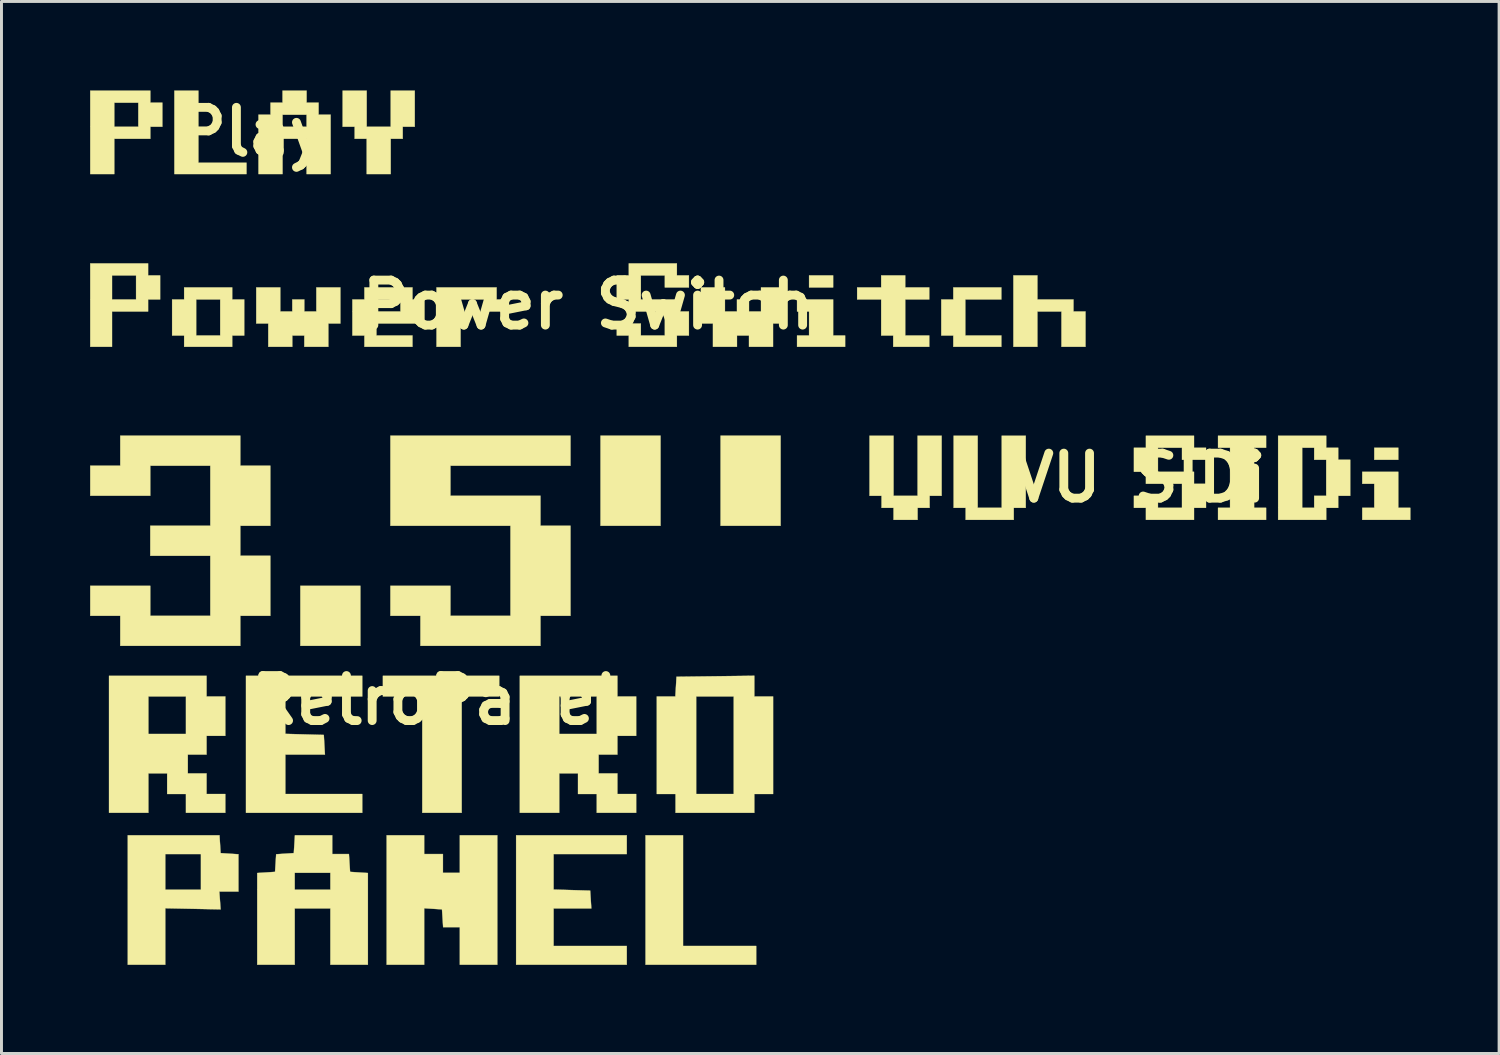
<source format=kicad_pcb>
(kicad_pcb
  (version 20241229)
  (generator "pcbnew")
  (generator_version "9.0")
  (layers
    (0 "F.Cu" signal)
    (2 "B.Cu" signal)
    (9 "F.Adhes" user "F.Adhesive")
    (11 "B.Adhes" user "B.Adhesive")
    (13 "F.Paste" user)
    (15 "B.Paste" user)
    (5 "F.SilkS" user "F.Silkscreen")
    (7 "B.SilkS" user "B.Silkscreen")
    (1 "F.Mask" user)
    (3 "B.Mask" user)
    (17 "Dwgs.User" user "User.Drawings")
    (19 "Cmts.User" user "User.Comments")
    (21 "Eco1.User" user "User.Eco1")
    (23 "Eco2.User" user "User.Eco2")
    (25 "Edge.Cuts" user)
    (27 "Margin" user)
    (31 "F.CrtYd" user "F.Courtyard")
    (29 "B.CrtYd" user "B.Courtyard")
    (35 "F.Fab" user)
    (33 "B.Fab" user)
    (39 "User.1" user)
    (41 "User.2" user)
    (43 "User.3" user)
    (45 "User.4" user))
  (footprint "VU SIDi"
    (layer "F.Cu")
    (at 35.536 13.123)
    (property "Reference" "VU SIDi" (at 0 0 0) (layer "F.SilkS") (effects (font (size 1.524 1.524) (thickness 0.3))))
    (attr through_hole)
    (fp_poly (pts (xy 8.746 -0.61) (xy 7.933 -0.61) (xy 7.933 -1.017) (xy 8.746 -1.017) (xy 8.746 -0.61)) (stroke (width 0.01) (type solid)) (fill yes) (layer "F.SilkS"))
    (fp_poly (pts (xy 8.746 1.017) (xy 9.153 1.017) (xy 9.153 1.424) (xy 7.526 1.424) (xy 7.526 1.017) (xy 7.933 1.017) (xy 7.933 0.203) (xy 7.526 0.203) (xy 7.526 -0.203) (xy 8.746 -0.203) (xy 8.746 1.017)) (stroke (width 0.01) (type solid)) (fill yes) (layer "F.SilkS"))
    (fp_poly (pts (xy -5.492 1.017) (xy -4.678 1.017) (xy -4.678 -1.424) (xy -3.865 -1.424) (xy -3.865 1.017) (xy -4.271 1.017) (xy -4.271 1.424) (xy -5.899 1.424) (xy -5.899 1.017) (xy -6.306 1.017) (xy -6.306 -1.424) (xy -5.492 -1.424) (xy -5.492 1.017)) (stroke (width 0.01) (type solid)) (fill yes) (layer "F.SilkS"))
    (fp_poly (pts (xy 4.271 -1.017) (xy 3.865 -1.017) (xy 3.865 1.017) (xy 4.271 1.017) (xy 4.271 1.424) (xy 2.644 1.424) (xy 2.644 1.017) (xy 3.051 1.017) (xy 3.051 -1.017) (xy 2.644 -1.017) (xy 2.644 -1.424) (xy 4.271 -1.424) (xy 4.271 -1.017)) (stroke (width 0.01) (type solid)) (fill yes) (layer "F.SilkS"))
    (fp_poly (pts (xy -8.34 0.61) (xy -7.526 0.61) (xy -7.526 -1.424) (xy -6.712 -1.424) (xy -6.712 0.61) (xy -7.119 0.61) (xy -7.119 1.017) (xy -7.526 1.017) (xy -7.526 1.424) (xy -8.34 1.424) (xy -8.34 1.017) (xy -8.746 1.017) (xy -8.746 0.61) (xy -9.153 0.61) (xy -9.153 -1.424) (xy -8.34 -1.424) (xy -8.34 0.61)) (stroke (width 0.01) (type solid)) (fill yes) (layer "F.SilkS"))
    (fp_poly (pts (xy 6.306 -1.017) (xy 6.712 -1.017) (xy 6.712 -0.61) (xy 7.119 -0.61) (xy 7.119 0.61) (xy 6.712 0.61) (xy 6.712 1.017) (xy 6.306 1.017) (xy 6.306 1.424) (xy 4.678 1.424) (xy 4.678 -1.017) (xy 5.492 -1.017) (xy 5.492 1.017) (xy 5.899 1.017) (xy 5.899 0.61) (xy 6.306 0.61) (xy 6.306 -0.61) (xy 5.899 -0.61) (xy 5.899 -1.017) (xy 5.492 -1.017) (xy 4.678 -1.017) (xy 4.678 -1.424) (xy 6.306 -1.424) (xy 6.306 -1.017)) (stroke (width 0.01) (type solid)) (fill yes) (layer "F.SilkS"))
    (fp_poly (pts (xy 1.831 -1.017) (xy 2.237 -1.017) (xy 2.237 -0.61) (xy 1.424 -0.61) (xy 1.424 -1.017) (xy 0.61 -1.017) (xy 0.61 -0.203) (xy 1.831 -0.203) (xy 1.831 0.203) (xy 2.237 0.203) (xy 2.237 1.017) (xy 1.831 1.017) (xy 1.831 1.424) (xy 0.203 1.424) (xy 0.203 1.017) (xy -0.203 1.017) (xy -0.203 0.61) (xy 0.61 0.61) (xy 0.61 1.017) (xy 1.424 1.017) (xy 1.424 0.203) (xy 0.203 0.203) (xy 0.203 -0.203) (xy -0.203 -0.203) (xy -0.203 -1.017) (xy 0.203 -1.017) (xy 0.203 -1.424) (xy 1.831 -1.424) (xy 1.831 -1.017)) (stroke (width 0.01) (type solid)) (fill yes) (layer "F.SilkS")))
  (footprint "Play"
    (layer "F.Cu")
    (at 5.497 1.418)
    (property "Reference" "Play" (at 0 0 0) (layer "F.SilkS") (effects (font (size 1.524 1.524) (thickness 0.3))))
    (attr through_hole)
    (fp_poly (pts (xy -1.831 1.042) (xy -0.203 1.042) (xy -0.203 1.424) (xy -2.644 1.424) (xy -2.644 -1.398) (xy -1.831 -1.398) (xy -1.831 1.042)) (stroke (width 0.01) (type solid)) (fill yes) (layer "F.SilkS"))
    (fp_poly (pts (xy 3.865 -0.178) (xy 4.678 -0.178) (xy 4.678 -1.398) (xy 5.492 -1.398) (xy 5.492 -0.178) (xy 5.085 -0.178) (xy 5.085 0.229) (xy 4.678 0.229) (xy 4.678 1.424) (xy 3.865 1.424) (xy 3.865 0.229) (xy 3.458 0.229) (xy 3.458 -0.178) (xy 3.051 -0.178) (xy 3.051 -1.398) (xy 3.865 -1.398) (xy 3.865 -0.178)) (stroke (width 0.01) (type solid)) (fill yes) (layer "F.SilkS"))
    (fp_poly (pts (xy -3.458 -0.992) (xy -3.051 -0.992) (xy -3.051 -0.178) (xy -3.458 -0.178) (xy -3.458 0.229) (xy -4.678 0.229) (xy -4.678 1.424) (xy -5.492 1.424) (xy -5.492 -0.992) (xy -4.678 -0.992) (xy -4.678 -0.178) (xy -3.865 -0.178) (xy -3.865 -0.992) (xy -4.678 -0.992) (xy -5.492 -0.992) (xy -5.492 -1.398) (xy -3.458 -1.398) (xy -3.458 -0.992)) (stroke (width 0.01) (type solid)) (fill yes) (layer "F.SilkS"))
    (fp_poly (pts (xy 1.831 -0.992) (xy 2.237 -0.992) (xy 2.237 -0.585) (xy 2.644 -0.585) (xy 2.644 1.424) (xy 1.831 1.424) (xy 1.831 0.229) (xy 1.017 0.229) (xy 1.017 1.424) (xy 0.203 1.424) (xy 0.203 -0.585) (xy 0.61 -0.585) (xy 1.017 -0.585) (xy 1.017 -0.178) (xy 1.831 -0.178) (xy 1.831 -0.585) (xy 1.017 -0.585) (xy 0.61 -0.585) (xy 0.61 -0.992) (xy 1.017 -0.992) (xy 1.017 -1.398) (xy 1.831 -1.398) (xy 1.831 -0.992)) (stroke (width 0.01) (type solid)) (fill yes) (layer "F.SilkS")))
  (footprint "RetroPanel"
    (layer "F.Cu")
    (at 11.689 20.652)
    (property "Reference" "RetroPanel" (at 0 0 0) (layer "F.SilkS") (effects (font (size 1.524 1.524) (thickness 0.3))))
    (attr through_hole)
    (fp_poly (pts (xy -2.54 -1.841) (xy -4.572 -1.841) (xy -4.572 -3.873) (xy -2.54 -3.873) (xy -2.54 -1.841)) (stroke (width 0.01) (type solid)) (fill yes) (layer "F.SilkS"))
    (fp_poly (pts (xy 7.62 -5.905) (xy 5.588 -5.905) (xy 5.588 -8.954) (xy 7.62 -8.954) (xy 7.62 -5.905)) (stroke (width 0.01) (type solid)) (fill yes) (layer "F.SilkS"))
    (fp_poly (pts (xy 11.684 -5.905) (xy 9.652 -5.905) (xy 9.652 -8.954) (xy 11.684 -8.954) (xy 11.684 -5.905)) (stroke (width 0.01) (type solid)) (fill yes) (layer "F.SilkS"))
    (fp_poly (pts (xy 8.382 8.319) (xy 10.858 8.319) (xy 10.858 8.954) (xy 7.112 8.954) (xy 7.112 4.572) (xy 8.382 4.572) (xy 8.382 8.319)) (stroke (width 0.01) (type solid)) (fill yes) (layer "F.SilkS"))
    (fp_poly (pts (xy 2.159 -0.127) (xy 0.889 -0.127) (xy 0.889 3.81) (xy -0.445 3.81) (xy -0.445 -0.127) (xy -1.778 -0.127) (xy -1.778 -0.826) (xy 2.159 -0.826) (xy 2.159 -0.127)) (stroke (width 0.01) (type solid)) (fill yes) (layer "F.SilkS"))
    (fp_poly (pts (xy -2.477 -0.127) (xy -5.08 -0.127) (xy -5.08 1.139) (xy -4.429 1.157) (xy -3.778 1.175) (xy -3.74 1.841) (xy -5.08 1.841) (xy -5.08 3.175) (xy -2.477 3.175) (xy -2.477 3.81) (xy -6.413 3.81) (xy -6.413 -0.826) (xy -2.477 -0.826) (xy -2.477 -0.127)) (stroke (width 0.01) (type solid)) (fill yes) (layer "F.SilkS"))
    (fp_poly (pts (xy 6.477 5.207) (xy 4 5.207) (xy 4 6.409) (xy 4.62 6.427) (xy 5.239 6.445) (xy 5.277 7.048) (xy 4 7.048) (xy 4 8.319) (xy 6.477 8.319) (xy 6.477 8.954) (xy 2.731 8.954) (xy 2.731 4.572) (xy 6.477 4.572) (xy 6.477 5.207)) (stroke (width 0.01) (type solid)) (fill yes) (layer "F.SilkS"))
    (fp_poly (pts (xy -0.381 5.207) (xy 0.254 5.207) (xy 0.254 5.842) (xy 0.826 5.842) (xy 0.826 4.572) (xy 2.095 4.572) (xy 2.095 8.954) (xy 0.826 8.954) (xy 0.826 7.684) (xy 0.261 7.684) (xy 0.222 7.08) (xy -0.079 7.061) (xy -0.381 7.042) (xy -0.381 8.954) (xy -1.651 8.954) (xy -1.651 4.572) (xy -0.381 4.572) (xy -0.381 5.207)) (stroke (width 0.01) (type solid)) (fill yes) (layer "F.SilkS"))
    (fp_poly (pts (xy -7.29 4.874) (xy -7.271 5.175) (xy -6.668 5.214) (xy -6.668 6.477) (xy -7.315 6.477) (xy -7.271 7.08) (xy -9.144 7.042) (xy -9.144 8.954) (xy -10.414 8.954) (xy -10.414 5.207) (xy -9.144 5.207) (xy -9.144 6.413) (xy -7.938 6.413) (xy -7.938 5.207) (xy -9.144 5.207) (xy -10.414 5.207) (xy -10.414 4.572) (xy -7.309 4.572) (xy -7.29 4.874)) (stroke (width 0.01) (type solid)) (fill yes) (layer "F.SilkS"))
    (fp_poly (pts (xy 4.572 -7.938) (xy 0.508 -7.938) (xy 0.508 -6.921) (xy 3.556 -6.921) (xy 3.556 -5.905) (xy 4.572 -5.905) (xy 4.572 -2.857) (xy 3.556 -2.857) (xy 3.556 -1.841) (xy -0.508 -1.841) (xy -0.508 -2.857) (xy -1.524 -2.857) (xy -1.524 -3.873) (xy 0.508 -3.873) (xy 0.508 -2.857) (xy 2.54 -2.857) (xy 2.54 -5.905) (xy -1.524 -5.905) (xy -1.524 -8.954) (xy 4.572 -8.954) (xy 4.572 -7.938)) (stroke (width 0.01) (type solid)) (fill yes) (layer "F.SilkS"))
    (fp_poly (pts (xy 10.795 -0.127) (xy 11.43 -0.127) (xy 11.43 3.175) (xy 10.795 3.175) (xy 10.795 3.81) (xy 8.128 3.81) (xy 8.128 3.175) (xy 7.493 3.175) (xy 7.493 -0.127) (xy 8.121 -0.127) (xy 8.826 -0.127) (xy 8.826 3.175) (xy 10.097 3.175) (xy 10.097 -0.127) (xy 8.826 -0.127) (xy 8.121 -0.127) (xy 8.141 -0.46) (xy 8.16 -0.794) (xy 9.477 -0.811) (xy 10.795 -0.828) (xy 10.795 -0.127)) (stroke (width 0.01) (type solid)) (fill yes) (layer "F.SilkS"))
    (fp_poly (pts (xy -3.493 5.207) (xy -2.928 5.207) (xy -2.909 5.509) (xy -2.889 5.81) (xy -2.286 5.849) (xy -2.286 8.954) (xy -3.556 8.954) (xy -3.556 7.048) (xy -4.763 7.048) (xy -4.763 8.954) (xy -6.032 8.954) (xy -6.032 5.849) (xy -5.924 5.842) (xy -4.763 5.842) (xy -4.763 6.413) (xy -3.556 6.413) (xy -3.556 5.842) (xy -4.763 5.842) (xy -5.924 5.842) (xy -5.429 5.81) (xy -5.41 5.512) (xy -5.391 5.214) (xy -5.093 5.194) (xy -4.794 5.175) (xy -4.756 4.572) (xy -3.493 4.572) (xy -3.493 5.207)) (stroke (width 0.01) (type solid)) (fill yes) (layer "F.SilkS"))
    (fp_poly (pts (xy -7.747 -0.127) (xy -7.112 -0.127) (xy -7.112 1.206) (xy -7.747 1.206) (xy -7.747 1.841) (xy -8.382 1.841) (xy -8.382 2.477) (xy -7.747 2.477) (xy -7.747 3.175) (xy -7.112 3.175) (xy -7.112 3.81) (xy -8.445 3.81) (xy -8.445 3.175) (xy -9.081 3.175) (xy -9.081 2.477) (xy -9.716 2.477) (xy -9.716 3.81) (xy -11.049 3.81) (xy -11.049 -0.127) (xy -9.716 -0.127) (xy -9.716 1.143) (xy -8.445 1.143) (xy -8.445 -0.127) (xy -9.716 -0.127) (xy -11.049 -0.127) (xy -11.049 -0.826) (xy -7.747 -0.826) (xy -7.747 -0.127)) (stroke (width 0.01) (type solid)) (fill yes) (layer "F.SilkS"))
    (fp_poly (pts (xy 6.16 -0.127) (xy 6.795 -0.127) (xy 6.795 1.206) (xy 6.16 1.206) (xy 6.16 1.841) (xy 5.524 1.841) (xy 5.524 2.477) (xy 6.16 2.477) (xy 6.16 3.175) (xy 6.795 3.175) (xy 6.795 3.81) (xy 5.461 3.81) (xy 5.461 3.175) (xy 4.826 3.175) (xy 4.826 2.477) (xy 4.191 2.477) (xy 4.191 3.81) (xy 2.857 3.81) (xy 2.857 -0.127) (xy 4.191 -0.127) (xy 4.191 1.143) (xy 5.461 1.143) (xy 5.461 -0.127) (xy 4.191 -0.127) (xy 2.857 -0.127) (xy 2.857 -0.826) (xy 6.16 -0.826) (xy 6.16 -0.127)) (stroke (width 0.01) (type solid)) (fill yes) (layer "F.SilkS"))
    (fp_poly (pts (xy -6.604 -7.938) (xy -5.588 -7.938) (xy -5.588 -5.905) (xy -6.604 -5.905) (xy -6.604 -4.889) (xy -5.588 -4.889) (xy -5.588 -2.857) (xy -6.604 -2.857) (xy -6.604 -1.841) (xy -10.668 -1.841) (xy -10.668 -2.857) (xy -11.684 -2.857) (xy -11.684 -3.873) (xy -9.652 -3.873) (xy -9.652 -2.857) (xy -7.62 -2.857) (xy -7.62 -4.889) (xy -9.652 -4.889) (xy -9.652 -5.905) (xy -7.62 -5.905) (xy -7.62 -7.938) (xy -9.652 -7.938) (xy -9.652 -6.921) (xy -11.684 -6.921) (xy -11.684 -7.938) (xy -10.668 -7.938) (xy -10.668 -8.954) (xy -6.604 -8.954) (xy -6.604 -7.938)) (stroke (width 0.01) (type solid)) (fill yes) (layer "F.SilkS")))
  (footprint "Power Switch"
    (layer "F.Cu")
    (at 16.862 7.265)
    (property "Reference" "Power Switch" (at 0 0 0) (layer "F.SilkS") (effects (font (size 1.524 1.524) (thickness 0.3))))
    (attr through_hole)
    (fp_poly (pts (xy 8.289 -0.585) (xy 7.475 -0.585) (xy 7.475 -0.992) (xy 8.289 -0.992) (xy 8.289 -0.585)) (stroke (width 0.01) (type solid)) (fill yes) (layer "F.SilkS"))
    (fp_poly (pts (xy -3.102 -0.178) (xy -2.695 -0.178) (xy -2.695 0.229) (xy -3.509 0.229) (xy -3.509 -0.178) (xy -4.322 -0.178) (xy -4.322 1.424) (xy -5.136 1.424) (xy -5.136 -0.585) (xy -3.102 -0.585) (xy -3.102 -0.178)) (stroke (width 0.01) (type solid)) (fill yes) (layer "F.SilkS"))
    (fp_poly (pts (xy 8.289 1.042) (xy 8.695 1.042) (xy 8.695 1.424) (xy 7.068 1.424) (xy 7.068 1.042) (xy 7.475 1.042) (xy 7.475 0.229) (xy 7.068 0.229) (xy 7.068 -0.178) (xy 8.289 -0.178) (xy 8.289 1.042)) (stroke (width 0.01) (type solid)) (fill yes) (layer "F.SilkS"))
    (fp_poly (pts (xy 13.984 -0.178) (xy 12.764 -0.178) (xy 12.764 1.042) (xy 13.984 1.042) (xy 13.984 1.424) (xy 12.357 1.424) (xy 12.357 1.042) (xy 11.95 1.042) (xy 11.95 -0.178) (xy 12.357 -0.178) (xy 12.357 -0.585) (xy 13.984 -0.585) (xy 13.984 -0.178)) (stroke (width 0.01) (type solid)) (fill yes) (layer "F.SilkS"))
    (fp_poly (pts (xy 15.204 -0.178) (xy 16.425 -0.178) (xy 16.425 0.229) (xy 16.832 0.229) (xy 16.832 1.424) (xy 16.018 1.424) (xy 16.018 0.229) (xy 15.204 0.229) (xy 15.204 1.424) (xy 14.391 1.424) (xy 14.391 -0.992) (xy 15.204 -0.992) (xy 15.204 -0.178)) (stroke (width 0.01) (type solid)) (fill yes) (layer "F.SilkS"))
    (fp_poly (pts (xy 10.73 -0.585) (xy 11.543 -0.585) (xy 11.543 -0.178) (xy 10.73 -0.178) (xy 10.73 1.042) (xy 11.543 1.042) (xy 11.543 1.424) (xy 10.323 1.424) (xy 10.323 1.042) (xy 9.916 1.042) (xy 9.916 -0.178) (xy 9.102 -0.178) (xy 9.102 -0.585) (xy 9.916 -0.585) (xy 9.916 -0.992) (xy 10.73 -0.992) (xy 10.73 -0.585)) (stroke (width 0.01) (type solid)) (fill yes) (layer "F.SilkS"))
    (fp_poly (pts (xy -14.899 -0.992) (xy -14.492 -0.992) (xy -14.492 -0.178) (xy -14.899 -0.178) (xy -14.899 0.229) (xy -16.12 0.229) (xy -16.12 1.424) (xy -16.857 1.424) (xy -16.857 -0.992) (xy -16.12 -0.992) (xy -16.12 -0.178) (xy -15.306 -0.178) (xy -15.306 -0.992) (xy -16.12 -0.992) (xy -16.857 -0.992) (xy -16.857 -1.398) (xy -14.899 -1.398) (xy -14.899 -0.992)) (stroke (width 0.01) (type solid)) (fill yes) (layer "F.SilkS"))
    (fp_poly (pts (xy -12.052 -0.178) (xy -11.645 -0.178) (xy -11.645 1.042) (xy -12.052 1.042) (xy -12.052 1.424) (xy -13.679 1.424) (xy -13.679 1.042) (xy -14.086 1.042) (xy -14.086 -0.178) (xy -13.679 -0.178) (xy -13.272 -0.178) (xy -13.272 1.042) (xy -12.458 1.042) (xy -12.458 -0.178) (xy -13.272 -0.178) (xy -13.679 -0.178) (xy -13.679 -0.585) (xy -12.052 -0.585) (xy -12.052 -0.178)) (stroke (width 0.01) (type solid)) (fill yes) (layer "F.SilkS"))
    (fp_poly (pts (xy -10.424 0.229) (xy -10.018 0.229) (xy -10.018 -0.178) (xy -9.611 -0.178) (xy -9.611 0.229) (xy -9.204 0.229) (xy -9.204 -0.585) (xy -8.39 -0.585) (xy -8.39 0.636) (xy -8.797 0.636) (xy -8.797 1.424) (xy -9.611 1.424) (xy -9.611 1.042) (xy -10.018 1.042) (xy -10.018 1.424) (xy -10.831 1.424) (xy -10.831 0.636) (xy -11.238 0.636) (xy -11.238 -0.585) (xy -10.424 -0.585) (xy -10.424 0.229)) (stroke (width 0.01) (type solid)) (fill yes) (layer "F.SilkS"))
    (fp_poly (pts (xy -5.95 -0.178) (xy -5.543 -0.178) (xy -5.543 0.636) (xy -7.17 0.636) (xy -7.17 1.042) (xy -5.95 1.042) (xy -5.95 1.424) (xy -7.577 1.424) (xy -7.577 1.042) (xy -7.984 1.042) (xy -7.984 -0.178) (xy -7.577 -0.178) (xy -7.17 -0.178) (xy -7.17 0.229) (xy -6.356 0.229) (xy -6.356 -0.178) (xy -7.17 -0.178) (xy -7.577 -0.178) (xy -7.577 -0.585) (xy -5.95 -0.585) (xy -5.95 -0.178)) (stroke (width 0.01) (type solid)) (fill yes) (layer "F.SilkS"))
    (fp_poly (pts (xy 4.627 0.229) (xy 5.034 0.229) (xy 5.034 -0.178) (xy 5.441 -0.178) (xy 5.441 0.229) (xy 5.848 0.229) (xy 5.848 -0.585) (xy 6.661 -0.585) (xy 6.661 0.636) (xy 6.255 0.636) (xy 6.255 1.424) (xy 5.441 1.424) (xy 5.441 1.042) (xy 5.034 1.042) (xy 5.034 1.424) (xy 4.221 1.424) (xy 4.221 0.636) (xy 3.814 0.636) (xy 3.814 -0.585) (xy 4.627 -0.585) (xy 4.627 0.229)) (stroke (width 0.01) (type solid)) (fill yes) (layer "F.SilkS"))
    (fp_poly (pts (xy 3 -0.992) (xy 3.407 -0.992) (xy 3.407 -0.585) (xy 2.593 -0.585) (xy 2.593 -0.992) (xy 1.78 -0.992) (xy 1.78 -0.178) (xy 3 -0.178) (xy 3 0.229) (xy 3.407 0.229) (xy 3.407 1.042) (xy 3 1.042) (xy 3 1.424) (xy 1.373 1.424) (xy 1.373 1.042) (xy 0.966 1.042) (xy 0.966 0.636) (xy 1.78 0.636) (xy 1.78 1.042) (xy 2.593 1.042) (xy 2.593 0.229) (xy 1.373 0.229) (xy 1.373 -0.178) (xy 0.966 -0.178) (xy 0.966 -0.992) (xy 1.373 -0.992) (xy 1.373 -1.398) (xy 3 -1.398) (xy 3 -0.992)) (stroke (width 0.01) (type solid)) (fill yes) (layer "F.SilkS")))
  (gr_rect
    (start -3 -3)
    (end 47.694 32.611)
    (stroke (width 0.1) (type default))
    (fill no)
    (layer "Edge.Cuts")))
</source>
